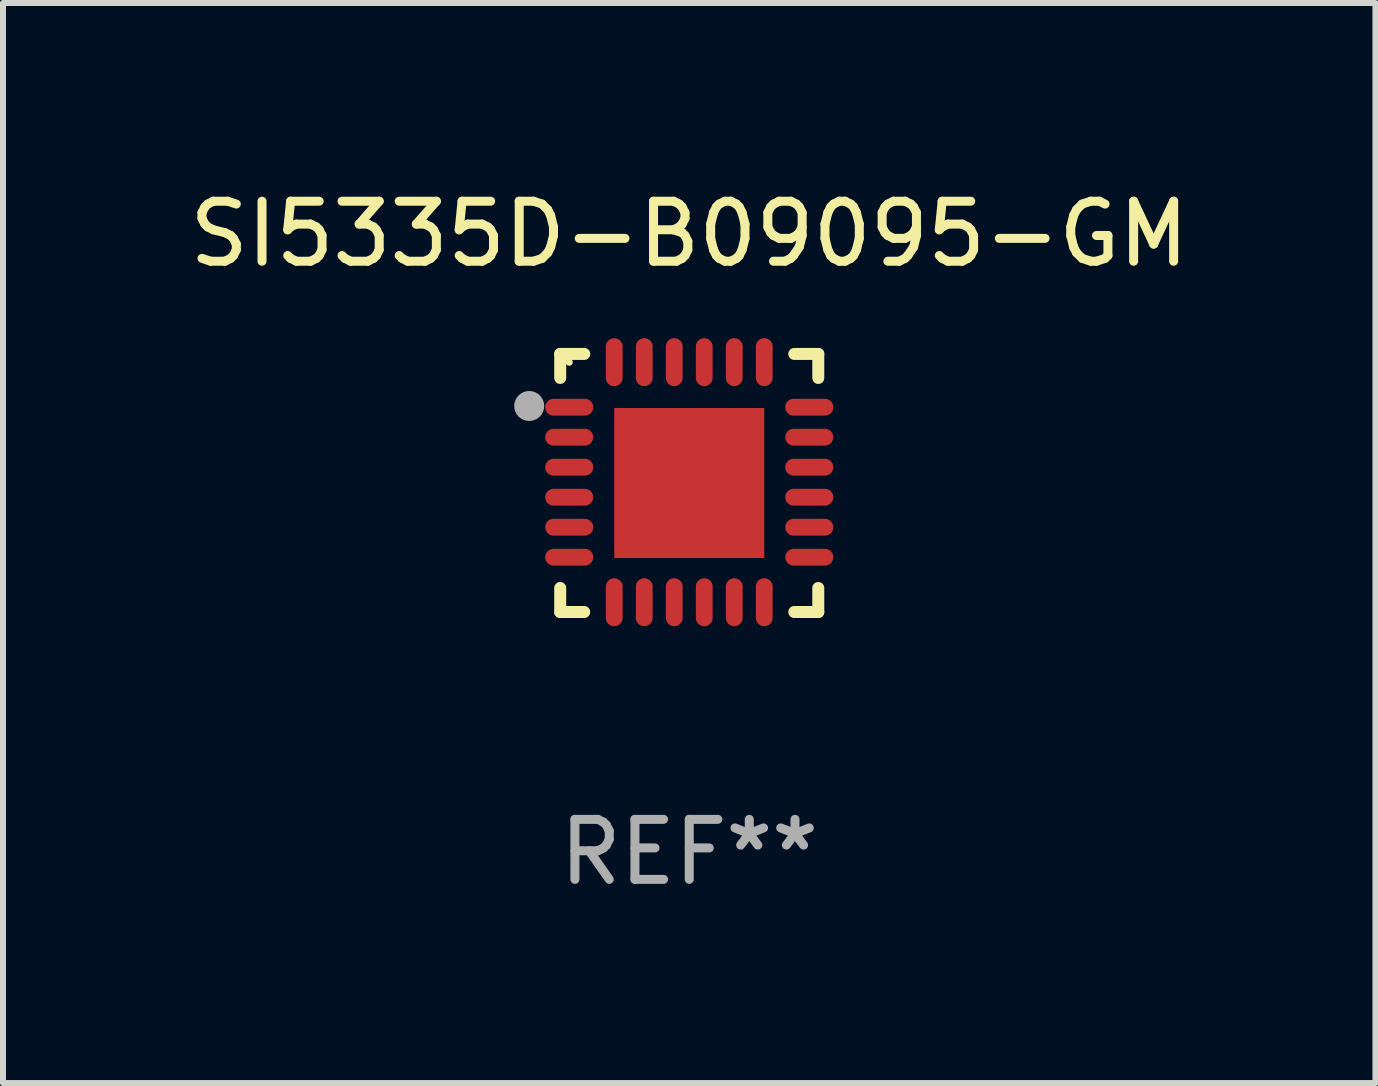
<source format=kicad_pcb>
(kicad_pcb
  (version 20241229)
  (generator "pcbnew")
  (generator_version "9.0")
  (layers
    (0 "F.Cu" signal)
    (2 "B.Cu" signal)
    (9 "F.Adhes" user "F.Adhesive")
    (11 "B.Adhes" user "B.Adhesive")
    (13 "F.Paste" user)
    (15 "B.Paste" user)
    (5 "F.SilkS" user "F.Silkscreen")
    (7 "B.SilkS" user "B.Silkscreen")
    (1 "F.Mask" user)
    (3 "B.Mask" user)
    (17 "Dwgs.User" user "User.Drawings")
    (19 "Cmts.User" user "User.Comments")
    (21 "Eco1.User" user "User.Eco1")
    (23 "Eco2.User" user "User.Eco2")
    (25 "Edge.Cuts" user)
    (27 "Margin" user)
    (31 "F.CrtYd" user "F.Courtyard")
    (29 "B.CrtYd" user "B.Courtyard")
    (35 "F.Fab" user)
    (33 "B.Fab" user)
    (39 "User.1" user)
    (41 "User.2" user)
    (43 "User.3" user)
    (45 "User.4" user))
  (footprint "SI5335D-B09095-GM"
    (layer "F.Cu")
    (at 8.435 4.998)
    (property "Reference" "SI5335D-B09095-GM" (at 0 -4.15 0) (layer "F.SilkS") (effects (font (size 1 1) (thickness 0.15))))
    (attr through_hole)
    (fp_line (start -2.15 -2.15) (end -1.75 -2.15) (stroke (width 0.2) (type solid)) (layer "F.SilkS"))
    (fp_line (start -2.15 -1.75) (end -2.15 -2.15) (stroke (width 0.2) (type solid)) (layer "F.SilkS"))
    (fp_line (start -2.15 2.15) (end -2.15 1.75) (stroke (width 0.2) (type solid)) (layer "F.SilkS"))
    (fp_line (start -1.75 2.15) (end -2.15 2.15) (stroke (width 0.2) (type solid)) (layer "F.SilkS"))
    (fp_line (start 1.75 -2.15) (end 2.15 -2.15) (stroke (width 0.2) (type solid)) (layer "F.SilkS"))
    (fp_line (start 1.75 2.15) (end 2.15 2.15) (stroke (width 0.2) (type solid)) (layer "F.SilkS"))
    (fp_line (start 2.15 -2.15) (end 2.15 -1.75) (stroke (width 0.2) (type solid)) (layer "F.SilkS"))
    (fp_line (start 2.15 2.15) (end 2.15 1.75) (stroke (width 0.2) (type solid)) (layer "F.SilkS"))
    (fp_circle (center -2 -2.013) (end -1.97 -2.013) (stroke (width 0.06) (type solid)) (fill no) (layer "F.SilkS"))
    (fp_circle (center -2.667 -1.283) (end -2.542 -1.283) (stroke (width 0.25) (type solid)) (fill no) (layer "F.Fab"))
    (fp_text user "REF**" (at 0 6.15 0) (layer "F.Fab") (effects (font (size 1 1) (thickness 0.15))))
    (pad "1" smd oval (at -2 -1.263) (size 0.8 0.28) (layers "F.Cu" "F.Mask" "F.Paste"))
    (pad "2" smd oval (at -2 -0.763) (size 0.8 0.28) (layers "F.Cu" "F.Mask" "F.Paste"))
    (pad "3" smd oval (at -2 -0.263) (size 0.8 0.28) (layers "F.Cu" "F.Mask" "F.Paste"))
    (pad "4" smd oval (at -2 0.237) (size 0.8 0.28) (layers "F.Cu" "F.Mask" "F.Paste"))
    (pad "5" smd oval (at -2 0.737) (size 0.8 0.28) (layers "F.Cu" "F.Mask" "F.Paste"))
    (pad "6" smd oval (at -2 1.237) (size 0.8 0.28) (layers "F.Cu" "F.Mask" "F.Paste"))
    (pad "7" smd oval (at -1.25 1.987) (size 0.28 0.8) (layers "F.Cu" "F.Mask" "F.Paste"))
    (pad "8" smd oval (at -0.75 1.987) (size 0.28 0.8) (layers "F.Cu" "F.Mask" "F.Paste"))
    (pad "9" smd oval (at -0.25 1.987) (size 0.28 0.8) (layers "F.Cu" "F.Mask" "F.Paste"))
    (pad "10" smd oval (at 0.25 1.987) (size 0.28 0.8) (layers "F.Cu" "F.Mask" "F.Paste"))
    (pad "11" smd oval (at 0.75 1.987) (size 0.28 0.8) (layers "F.Cu" "F.Mask" "F.Paste"))
    (pad "12" smd oval (at 1.25 1.987) (size 0.28 0.8) (layers "F.Cu" "F.Mask" "F.Paste"))
    (pad "13" smd oval (at 2 1.237) (size 0.8 0.28) (layers "F.Cu" "F.Mask" "F.Paste"))
    (pad "14" smd oval (at 2 0.737) (size 0.8 0.28) (layers "F.Cu" "F.Mask" "F.Paste"))
    (pad "15" smd oval (at 2 0.237) (size 0.8 0.28) (layers "F.Cu" "F.Mask" "F.Paste"))
    (pad "16" smd oval (at 2 -0.263) (size 0.8 0.28) (layers "F.Cu" "F.Mask" "F.Paste"))
    (pad "17" smd oval (at 2 -0.763) (size 0.8 0.28) (layers "F.Cu" "F.Mask" "F.Paste"))
    (pad "18" smd oval (at 2 -1.263) (size 0.8 0.28) (layers "F.Cu" "F.Mask" "F.Paste"))
    (pad "19" smd oval (at 1.25 -2.013) (size 0.28 0.8) (layers "F.Cu" "F.Mask" "F.Paste"))
    (pad "20" smd oval (at 0.75 -2.013) (size 0.28 0.8) (layers "F.Cu" "F.Mask" "F.Paste"))
    (pad "21" smd oval (at 0.25 -2.013) (size 0.28 0.8) (layers "F.Cu" "F.Mask" "F.Paste"))
    (pad "22" smd oval (at -0.25 -2.013) (size 0.28 0.8) (layers "F.Cu" "F.Mask" "F.Paste"))
    (pad "23" smd oval (at -0.75 -2.013) (size 0.28 0.8) (layers "F.Cu" "F.Mask" "F.Paste"))
    (pad "24" smd oval (at -1.25 -2.013) (size 0.28 0.8) (layers "F.Cu" "F.Mask" "F.Paste"))
    (pad "25" smd rect (at -0.000127 -0.00014) (size 2.5 2.5) (layers "F.Cu" "F.Mask" "F.Paste")))
  (gr_rect
    (start -3 -3)
    (end 19.869 14.997)
    (stroke (width 0.1) (type default))
    (fill no)
    (layer "Edge.Cuts")))
</source>
